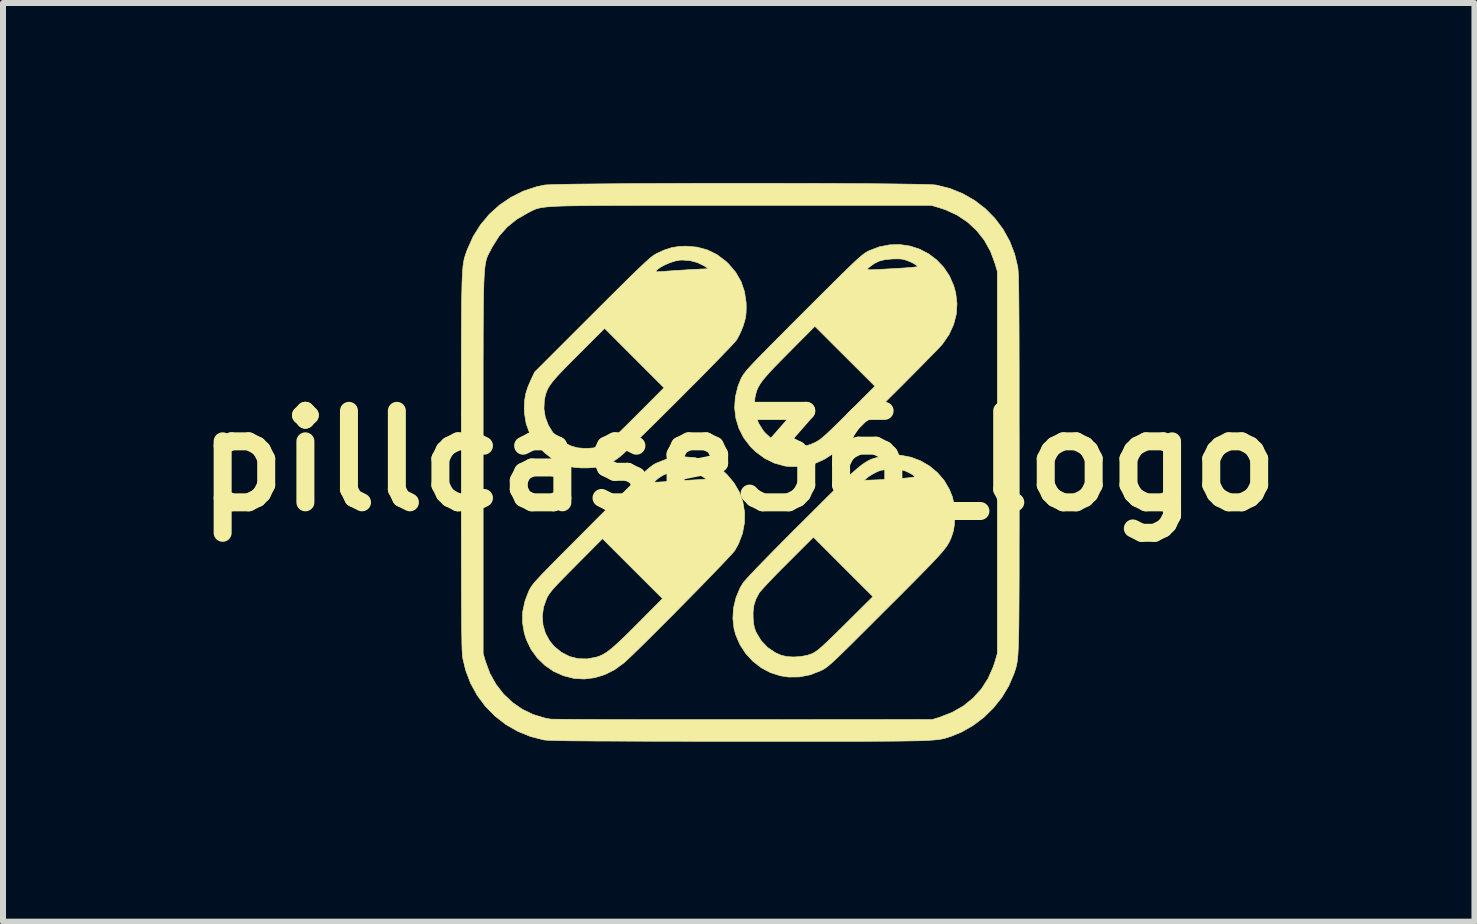
<source format=kicad_pcb>
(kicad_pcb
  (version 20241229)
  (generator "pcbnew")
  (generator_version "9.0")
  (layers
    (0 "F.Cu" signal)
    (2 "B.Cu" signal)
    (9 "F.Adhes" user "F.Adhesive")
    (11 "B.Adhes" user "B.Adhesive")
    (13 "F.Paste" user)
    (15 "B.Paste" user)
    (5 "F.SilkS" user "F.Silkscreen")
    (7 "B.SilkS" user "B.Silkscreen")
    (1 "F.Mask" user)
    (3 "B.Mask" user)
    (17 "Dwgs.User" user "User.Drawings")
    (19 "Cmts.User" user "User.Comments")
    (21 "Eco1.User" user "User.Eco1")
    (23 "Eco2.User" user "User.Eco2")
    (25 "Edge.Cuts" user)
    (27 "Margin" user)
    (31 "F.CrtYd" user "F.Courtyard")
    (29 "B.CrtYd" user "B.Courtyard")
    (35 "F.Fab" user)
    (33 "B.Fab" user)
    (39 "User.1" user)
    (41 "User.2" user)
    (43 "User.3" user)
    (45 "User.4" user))
  (footprint "pillcase36_logo"
    (layer "F.Cu")
    (at 9.26 4.631)
    (property "Reference" "pillcase36_logo" (at 0 0 0) (layer "F.SilkS") (effects (font (size 1.524 1.524) (thickness 0.3))))
    (attr through_hole)
    (fp_poly (pts (xy -0.727 -0.054) (xy -0.555 -0.009) (xy -0.396 0.069) (xy -0.249 0.177) (xy -0.195 0.228) (xy -0.077 0.369) (xy 0.012 0.523) (xy 0.07 0.688) (xy 0.098 0.859) (xy 0.095 1.034) (xy 0.062 1.209) (xy -0.003 1.38) (xy -0.064 1.49) (xy -0.085 1.517) (xy -0.128 1.565) (xy -0.191 1.632) (xy -0.27 1.716) (xy -0.364 1.814) (xy -0.47 1.924) (xy -0.586 2.044) (xy -0.71 2.171) (xy -0.839 2.302) (xy -0.971 2.436) (xy -1.103 2.57) (xy -1.234 2.701) (xy -1.361 2.828) (xy -1.481 2.948) (xy -1.592 3.058) (xy -1.692 3.156) (xy -1.779 3.24) (xy -1.85 3.307) (xy -1.902 3.355) (xy -1.913 3.365) (xy -2.066 3.477) (xy -2.23 3.56) (xy -2.4 3.612) (xy -2.574 3.634) (xy -2.744 3.624) (xy -2.921 3.579) (xy -3.085 3.506) (xy -3.231 3.405) (xy -3.358 3.281) (xy -3.462 3.137) (xy -3.54 2.974) (xy -3.573 2.869) (xy -3.603 2.691) (xy -3.601 2.586) (xy -3.273 2.586) (xy -3.262 2.733) (xy -3.221 2.872) (xy -3.15 3.001) (xy -3.073 3.093) (xy -2.952 3.191) (xy -2.819 3.259) (xy -2.675 3.295) (xy -2.526 3.299) (xy -2.373 3.27) (xy -2.366 3.268) (xy -2.317 3.251) (xy -2.27 3.23) (xy -2.221 3.201) (xy -2.167 3.164) (xy -2.106 3.115) (xy -2.034 3.051) (xy -1.949 2.972) (xy -1.848 2.874) (xy -1.728 2.754) (xy -1.664 2.69) (xy -1.27 2.294) (xy -1.77 1.795) (xy -2.27 1.295) (xy -2.709 1.737) (xy -2.826 1.855) (xy -2.921 1.952) (xy -2.998 2.031) (xy -3.058 2.095) (xy -3.104 2.146) (xy -3.138 2.189) (xy -3.164 2.225) (xy -3.184 2.258) (xy -3.201 2.29) (xy -3.201 2.291) (xy -3.253 2.438) (xy -3.273 2.586) (xy -3.601 2.586) (xy -3.6 2.516) (xy -3.563 2.34) (xy -3.504 2.183) (xy -3.489 2.151) (xy -3.472 2.12) (xy -3.452 2.088) (xy -3.425 2.052) (xy -3.39 2.01) (xy -3.343 1.959) (xy -3.284 1.895) (xy -3.208 1.817) (xy -3.114 1.721) (xy -2.999 1.604) (xy -2.961 1.566) (xy -2.829 1.433) (xy -2.679 1.283) (xy -2.52 1.123) (xy -2.359 0.961) (xy -2.202 0.805) (xy -2.056 0.66) (xy -1.978 0.582) (xy -1.852 0.458) (xy -1.748 0.355) (xy -1.4 0.355) (xy -1.396 0.355) (xy -1.375 0.354) (xy -1.325 0.352) (xy -1.252 0.347) (xy -1.159 0.342) (xy -1.052 0.335) (xy -0.974 0.33) (xy -0.859 0.323) (xy -0.756 0.317) (xy -0.669 0.312) (xy -0.602 0.308) (xy -0.561 0.306) (xy -0.551 0.305) (xy -0.553 0.297) (xy -0.578 0.276) (xy -0.598 0.262) (xy -0.718 0.2) (xy -0.851 0.166) (xy -0.99 0.161) (xy -1.129 0.185) (xy -1.248 0.231) (xy -1.296 0.259) (xy -1.342 0.29) (xy -1.378 0.32) (xy -1.399 0.343) (xy -1.4 0.355) (xy -1.748 0.355) (xy -1.747 0.355) (xy -1.661 0.271) (xy -1.591 0.204) (xy -1.533 0.152) (xy -1.487 0.113) (xy -1.448 0.083) (xy -1.415 0.06) (xy -1.384 0.043) (xy -1.372 0.037) (xy -1.216 -0.025) (xy -1.06 -0.06) (xy -0.912 -0.069) (xy -0.727 -0.054)) (stroke (width 0.01) (type solid)) (fill yes) (layer "F.SilkS"))
    (fp_poly (pts (xy 2.854 -3.581) (xy 3.014 -3.529) (xy 3.163 -3.452) (xy 3.297 -3.351) (xy 3.414 -3.228) (xy 3.51 -3.085) (xy 3.582 -2.922) (xy 3.616 -2.799) (xy 3.637 -2.62) (xy 3.625 -2.443) (xy 3.58 -2.271) (xy 3.504 -2.106) (xy 3.397 -1.95) (xy 3.396 -1.949) (xy 3.368 -1.917) (xy 3.319 -1.865) (xy 3.251 -1.795) (xy 3.166 -1.709) (xy 3.068 -1.608) (xy 2.958 -1.497) (xy 2.839 -1.377) (xy 2.713 -1.25) (xy 2.582 -1.12) (xy 2.45 -0.988) (xy 2.318 -0.856) (xy 2.189 -0.728) (xy 2.065 -0.605) (xy 1.949 -0.49) (xy 1.842 -0.386) (xy 1.748 -0.295) (xy 1.67 -0.218) (xy 1.608 -0.16) (xy 1.566 -0.121) (xy 1.549 -0.107) (xy 1.433 -0.032) (xy 1.299 0.03) (xy 1.22 0.058) (xy 1.128 0.077) (xy 1.019 0.09) (xy 0.906 0.094) (xy 0.805 0.089) (xy 0.768 0.084) (xy 0.594 0.036) (xy 0.432 -0.044) (xy 0.283 -0.154) (xy 0.194 -0.241) (xy 0.083 -0.386) (xy 0.003 -0.544) (xy -0.048 -0.713) (xy -0.068 -0.887) (xy -0.067 -0.904) (xy 0.26 -0.904) (xy 0.281 -0.763) (xy 0.332 -0.627) (xy 0.409 -0.504) (xy 0.443 -0.465) (xy 0.551 -0.365) (xy 0.667 -0.296) (xy 0.795 -0.256) (xy 0.942 -0.241) (xy 0.991 -0.242) (xy 1.073 -0.246) (xy 1.136 -0.256) (xy 1.193 -0.273) (xy 1.258 -0.301) (xy 1.26 -0.302) (xy 1.293 -0.318) (xy 1.325 -0.337) (xy 1.36 -0.361) (xy 1.4 -0.394) (xy 1.449 -0.436) (xy 1.509 -0.492) (xy 1.583 -0.563) (xy 1.674 -0.652) (xy 1.786 -0.763) (xy 1.824 -0.801) (xy 2.27 -1.245) (xy 1.269 -2.244) (xy 0.831 -1.803) (xy 0.705 -1.675) (xy 0.6 -1.568) (xy 0.515 -1.477) (xy 0.447 -1.401) (xy 0.394 -1.336) (xy 0.354 -1.279) (xy 0.324 -1.227) (xy 0.302 -1.176) (xy 0.286 -1.123) (xy 0.273 -1.066) (xy 0.269 -1.043) (xy 0.26 -0.904) (xy -0.067 -0.904) (xy -0.056 -1.065) (xy -0.013 -1.242) (xy 0.037 -1.367) (xy 0.053 -1.398) (xy 0.073 -1.43) (xy 0.098 -1.465) (xy 0.131 -1.507) (xy 0.175 -1.557) (xy 0.232 -1.619) (xy 0.305 -1.695) (xy 0.395 -1.787) (xy 0.506 -1.9) (xy 0.581 -1.976) (xy 0.715 -2.11) (xy 0.865 -2.262) (xy 1.025 -2.422) (xy 1.187 -2.584) (xy 1.345 -2.741) (xy 1.49 -2.885) (xy 1.563 -2.958) (xy 1.689 -3.083) (xy 1.794 -3.185) (xy 1.803 -3.194) (xy 2.143 -3.194) (xy 2.152 -3.188) (xy 2.177 -3.186) (xy 2.223 -3.186) (xy 2.292 -3.189) (xy 2.389 -3.194) (xy 2.515 -3.201) (xy 2.621 -3.207) (xy 2.721 -3.213) (xy 2.808 -3.219) (xy 2.875 -3.224) (xy 2.912 -3.228) (xy 2.988 -3.238) (xy 2.95 -3.269) (xy 2.913 -3.292) (xy 2.857 -3.319) (xy 2.814 -3.336) (xy 2.76 -3.355) (xy 2.708 -3.365) (xy 2.646 -3.368) (xy 2.564 -3.366) (xy 2.557 -3.366) (xy 2.439 -3.355) (xy 2.343 -3.331) (xy 2.26 -3.291) (xy 2.183 -3.235) (xy 2.162 -3.217) (xy 2.148 -3.204) (xy 2.143 -3.194) (xy 1.803 -3.194) (xy 1.88 -3.268) (xy 1.95 -3.335) (xy 2.008 -3.387) (xy 2.054 -3.426) (xy 2.093 -3.456) (xy 2.127 -3.478) (xy 2.158 -3.496) (xy 2.168 -3.501) (xy 2.34 -3.567) (xy 2.514 -3.601) (xy 2.687 -3.605) (xy 2.854 -3.581)) (stroke (width 0.01) (type solid)) (fill yes) (layer "F.SilkS"))
    (fp_poly (pts (xy -0.695 -3.563) (xy -0.522 -3.516) (xy -0.363 -3.438) (xy -0.216 -3.328) (xy -0.17 -3.284) (xy -0.05 -3.143) (xy 0.039 -2.988) (xy 0.096 -2.821) (xy 0.123 -2.64) (xy 0.125 -2.565) (xy 0.123 -2.475) (xy 0.116 -2.404) (xy 0.101 -2.338) (xy 0.077 -2.261) (xy 0.074 -2.251) (xy 0.043 -2.172) (xy 0.005 -2.091) (xy -0.031 -2.025) (xy -0.038 -2.014) (xy -0.06 -1.988) (xy -0.104 -1.939) (xy -0.168 -1.871) (xy -0.25 -1.786) (xy -0.348 -1.684) (xy -0.46 -1.57) (xy -0.584 -1.443) (xy -0.719 -1.307) (xy -0.862 -1.164) (xy -1.01 -1.015) (xy -1.036 -0.989) (xy -1.21 -0.816) (xy -1.362 -0.665) (xy -1.494 -0.535) (xy -1.607 -0.424) (xy -1.703 -0.33) (xy -1.784 -0.251) (xy -1.852 -0.187) (xy -1.908 -0.135) (xy -1.954 -0.094) (xy -1.992 -0.062) (xy -2.024 -0.038) (xy -2.052 -0.019) (xy -2.076 -0.004) (xy -2.091 0.004) (xy -2.166 0.039) (xy -2.247 0.071) (xy -2.314 0.092) (xy -2.404 0.108) (xy -2.512 0.116) (xy -2.626 0.116) (xy -2.733 0.108) (xy -2.821 0.093) (xy -2.823 0.093) (xy -2.971 0.04) (xy -3.105 -0.034) (xy -3.232 -0.135) (xy -3.277 -0.178) (xy -3.397 -0.317) (xy -3.485 -0.464) (xy -3.542 -0.622) (xy -3.57 -0.793) (xy -3.573 -0.87) (xy -3.246 -0.87) (xy -3.224 -0.73) (xy -3.173 -0.596) (xy -3.098 -0.474) (xy -3 -0.371) (xy -2.894 -0.297) (xy -2.788 -0.247) (xy -2.688 -0.219) (xy -2.579 -0.209) (xy -2.509 -0.21) (xy -2.428 -0.216) (xy -2.366 -0.228) (xy -2.306 -0.249) (xy -2.246 -0.277) (xy -2.212 -0.295) (xy -2.178 -0.316) (xy -2.141 -0.343) (xy -2.099 -0.377) (xy -2.048 -0.423) (xy -1.985 -0.481) (xy -1.908 -0.556) (xy -1.814 -0.649) (xy -1.699 -0.764) (xy -1.685 -0.778) (xy -1.245 -1.219) (xy -2.235 -2.21) (xy -2.676 -1.769) (xy -2.803 -1.642) (xy -2.908 -1.535) (xy -2.994 -1.445) (xy -3.062 -1.369) (xy -3.115 -1.305) (xy -3.155 -1.248) (xy -3.185 -1.196) (xy -3.206 -1.146) (xy -3.222 -1.094) (xy -3.234 -1.038) (xy -3.239 -1.011) (xy -3.246 -0.87) (xy -3.573 -0.87) (xy -3.573 -0.878) (xy -3.568 -1.005) (xy -3.55 -1.116) (xy -3.516 -1.225) (xy -3.468 -1.338) (xy -3.4 -1.482) (xy -2.441 -2.44) (xy -2.265 -2.616) (xy -2.111 -2.769) (xy -1.978 -2.901) (xy -1.863 -3.015) (xy -1.765 -3.111) (xy -1.71 -3.164) (xy -1.379 -3.164) (xy -1.379 -3.155) (xy -1.36 -3.152) (xy -1.316 -3.154) (xy -1.269 -3.157) (xy -1.207 -3.162) (xy -1.12 -3.168) (xy -1.019 -3.175) (xy -0.914 -3.181) (xy -0.872 -3.184) (xy -0.776 -3.19) (xy -0.688 -3.194) (xy -0.616 -3.198) (xy -0.566 -3.2) (xy -0.551 -3.201) (xy -0.5 -3.201) (xy -0.576 -3.251) (xy -0.686 -3.305) (xy -0.813 -3.339) (xy -0.943 -3.348) (xy -0.982 -3.346) (xy -1.058 -3.332) (xy -1.144 -3.304) (xy -1.229 -3.268) (xy -1.304 -3.228) (xy -1.358 -3.188) (xy -1.366 -3.181) (xy -1.379 -3.164) (xy -1.71 -3.164) (xy -1.682 -3.191) (xy -1.613 -3.257) (xy -1.556 -3.311) (xy -1.508 -3.353) (xy -1.469 -3.387) (xy -1.437 -3.412) (xy -1.409 -3.432) (xy -1.384 -3.447) (xy -1.363 -3.459) (xy -1.234 -3.517) (xy -1.115 -3.555) (xy -0.993 -3.574) (xy -0.881 -3.579) (xy -0.695 -3.563)) (stroke (width 0.01) (type solid)) (fill yes) (layer "F.SilkS"))
    (fp_poly (pts (xy 2.705 -0.094) (xy 2.874 -0.061) (xy 3.034 0.000411) (xy 3.182 0.087) (xy 3.313 0.197) (xy 3.425 0.328) (xy 3.513 0.479) (xy 3.561 0.6) (xy 3.583 0.7) (xy 3.597 0.816) (xy 3.6 0.939) (xy 3.594 1.058) (xy 3.578 1.16) (xy 3.566 1.202) (xy 3.552 1.245) (xy 3.538 1.284) (xy 3.522 1.321) (xy 3.504 1.358) (xy 3.482 1.396) (xy 3.454 1.437) (xy 3.418 1.483) (xy 3.373 1.537) (xy 3.317 1.599) (xy 3.249 1.672) (xy 3.167 1.758) (xy 3.069 1.858) (xy 2.954 1.975) (xy 2.82 2.11) (xy 2.666 2.265) (xy 2.489 2.441) (xy 2.465 2.465) (xy 2.29 2.64) (xy 2.137 2.793) (xy 2.004 2.925) (xy 1.89 3.039) (xy 1.793 3.134) (xy 1.711 3.214) (xy 1.643 3.28) (xy 1.586 3.333) (xy 1.539 3.376) (xy 1.5 3.409) (xy 1.468 3.435) (xy 1.44 3.455) (xy 1.415 3.47) (xy 1.392 3.483) (xy 1.369 3.494) (xy 1.191 3.564) (xy 1.011 3.599) (xy 0.829 3.601) (xy 0.694 3.58) (xy 0.529 3.528) (xy 0.375 3.446) (xy 0.237 3.339) (xy 0.118 3.21) (xy 0.021 3.062) (xy -0.049 2.901) (xy -0.078 2.794) (xy -0.097 2.624) (xy -0.091 2.526) (xy 0.239 2.526) (xy 0.24 2.614) (xy 0.247 2.702) (xy 0.259 2.77) (xy 0.278 2.829) (xy 0.293 2.862) (xy 0.375 2.997) (xy 0.482 3.109) (xy 0.609 3.195) (xy 0.7 3.236) (xy 0.797 3.26) (xy 0.911 3.267) (xy 1.031 3.26) (xy 1.144 3.239) (xy 1.228 3.21) (xy 1.258 3.193) (xy 1.292 3.171) (xy 1.332 3.141) (xy 1.38 3.1) (xy 1.439 3.046) (xy 1.513 2.976) (xy 1.604 2.888) (xy 1.714 2.78) (xy 1.783 2.711) (xy 2.236 2.261) (xy 1.74 1.766) (xy 1.245 1.27) (xy 0.817 1.698) (xy 0.715 1.8) (xy 0.619 1.897) (xy 0.533 1.987) (xy 0.458 2.066) (xy 0.399 2.131) (xy 0.358 2.178) (xy 0.34 2.201) (xy 0.285 2.304) (xy 0.252 2.409) (xy 0.239 2.526) (xy -0.091 2.526) (xy -0.086 2.449) (xy -0.045 2.278) (xy 0.023 2.116) (xy 0.067 2.042) (xy 0.094 2.007) (xy 0.145 1.95) (xy 0.219 1.87) (xy 0.316 1.768) (xy 0.435 1.646) (xy 0.576 1.502) (xy 0.737 1.339) (xy 0.919 1.156) (xy 1.062 1.014) (xy 1.242 0.835) (xy 1.399 0.678) (xy 1.536 0.542) (xy 1.655 0.425) (xy 1.758 0.326) (xy 1.764 0.321) (xy 2.091 0.321) (xy 2.184 0.32) (xy 2.231 0.318) (xy 2.304 0.315) (xy 2.397 0.311) (xy 2.501 0.305) (xy 2.604 0.299) (xy 2.71 0.292) (xy 2.801 0.284) (xy 2.872 0.276) (xy 2.918 0.269) (xy 2.934 0.262) (xy 2.922 0.247) (xy 2.887 0.223) (xy 2.836 0.195) (xy 2.787 0.172) (xy 2.745 0.157) (xy 2.699 0.148) (xy 2.64 0.145) (xy 2.558 0.144) (xy 2.557 0.144) (xy 2.473 0.145) (xy 2.413 0.149) (xy 2.367 0.157) (xy 2.325 0.172) (xy 2.286 0.19) (xy 2.226 0.223) (xy 2.169 0.258) (xy 2.142 0.278) (xy 2.091 0.321) (xy 1.764 0.321) (xy 1.846 0.242) (xy 1.922 0.173) (xy 1.987 0.117) (xy 2.044 0.071) (xy 2.093 0.036) (xy 2.138 0.008) (xy 2.179 -0.014) (xy 2.22 -0.031) (xy 2.262 -0.045) (xy 2.306 -0.057) (xy 2.354 -0.07) (xy 2.355 -0.07) (xy 2.531 -0.098) (xy 2.705 -0.094)) (stroke (width 0.01) (type solid)) (fill yes) (layer "F.SilkS"))
    (fp_poly (pts (xy 0.284 -4.626) (xy 0.575 -4.626) (xy 0.862 -4.625) (xy 1.144 -4.625) (xy 1.417 -4.624) (xy 1.68 -4.623) (xy 1.931 -4.621) (xy 2.167 -4.62) (xy 2.387 -4.618) (xy 2.588 -4.616) (xy 2.768 -4.613) (xy 2.925 -4.611) (xy 3.057 -4.608) (xy 3.163 -4.605) (xy 3.239 -4.602) (xy 3.284 -4.598) (xy 3.289 -4.598) (xy 3.517 -4.541) (xy 3.731 -4.455) (xy 3.929 -4.342) (xy 4.109 -4.204) (xy 4.268 -4.043) (xy 4.404 -3.862) (xy 4.515 -3.662) (xy 4.598 -3.447) (xy 4.648 -3.239) (xy 4.652 -3.217) (xy 4.654 -3.189) (xy 4.657 -3.153) (xy 4.659 -3.108) (xy 4.662 -3.051) (xy 4.663 -2.983) (xy 4.665 -2.901) (xy 4.667 -2.803) (xy 4.668 -2.689) (xy 4.669 -2.557) (xy 4.67 -2.405) (xy 4.671 -2.232) (xy 4.672 -2.036) (xy 4.672 -1.817) (xy 4.673 -1.572) (xy 4.673 -1.301) (xy 4.673 -1.001) (xy 4.673 -0.672) (xy 4.674 -0.311) (xy 4.674 0.025) (xy 4.674 0.415) (xy 4.674 0.773) (xy 4.674 1.1) (xy 4.673 1.398) (xy 4.673 1.667) (xy 4.673 1.911) (xy 4.672 2.13) (xy 4.671 2.325) (xy 4.67 2.499) (xy 4.669 2.652) (xy 4.667 2.787) (xy 4.665 2.904) (xy 4.662 3.006) (xy 4.659 3.093) (xy 4.656 3.168) (xy 4.652 3.231) (xy 4.647 3.285) (xy 4.642 3.331) (xy 4.636 3.37) (xy 4.629 3.404) (xy 4.622 3.434) (xy 4.614 3.463) (xy 4.605 3.49) (xy 4.595 3.519) (xy 4.587 3.544) (xy 4.501 3.746) (xy 4.386 3.938) (xy 4.245 4.115) (xy 4.083 4.274) (xy 3.902 4.41) (xy 3.708 4.52) (xy 3.544 4.587) (xy 3.513 4.597) (xy 3.485 4.607) (xy 3.458 4.615) (xy 3.429 4.623) (xy 3.398 4.63) (xy 3.364 4.637) (xy 3.324 4.643) (xy 3.277 4.648) (xy 3.221 4.652) (xy 3.156 4.656) (xy 3.079 4.66) (xy 2.99 4.663) (xy 2.886 4.665) (xy 2.765 4.667) (xy 2.628 4.669) (xy 2.472 4.67) (xy 2.295 4.671) (xy 2.096 4.672) (xy 1.873 4.672) (xy 1.626 4.672) (xy 1.352 4.673) (xy 1.05 4.673) (xy 0.719 4.672) (xy 0.356 4.672) (xy 0.01 4.672) (xy -0.388 4.672) (xy -0.755 4.672) (xy -1.09 4.671) (xy -1.395 4.671) (xy -1.672 4.67) (xy -1.921 4.669) (xy -2.144 4.668) (xy -2.342 4.668) (xy -2.517 4.666) (xy -2.669 4.665) (xy -2.801 4.664) (xy -2.913 4.662) (xy -3.006 4.66) (xy -3.083 4.658) (xy -3.144 4.656) (xy -3.191 4.654) (xy -3.224 4.651) (xy -3.246 4.649) (xy -3.246 4.649) (xy -3.473 4.591) (xy -3.687 4.503) (xy -3.885 4.389) (xy -4.064 4.249) (xy -4.223 4.087) (xy -4.358 3.905) (xy -4.468 3.705) (xy -4.55 3.489) (xy -4.598 3.289) (xy -4.601 3.268) (xy -4.604 3.24) (xy -4.606 3.204) (xy -4.609 3.158) (xy -4.611 3.102) (xy -4.613 3.034) (xy -4.614 2.951) (xy -4.616 2.854) (xy -4.617 2.74) (xy -4.618 2.607) (xy -4.619 2.455) (xy -4.62 2.283) (xy -4.621 2.087) (xy -4.621 1.868) (xy -4.622 1.623) (xy -4.622 1.352) (xy -4.623 1.052) (xy -4.623 0.723) (xy -4.623 0.362) (xy -4.623 0.027) (xy -4.623 -0.363) (xy -4.623 -0.722) (xy -4.623 -1.049) (xy -4.623 -1.1) (xy -4.259 -1.1) (xy -4.259 -0.776) (xy -4.259 -0.421) (xy -4.259 -0.034) (xy -4.259 0.042) (xy -4.259 3.209) (xy -4.22 3.343) (xy -4.146 3.542) (xy -4.044 3.724) (xy -3.919 3.885) (xy -3.772 4.024) (xy -3.605 4.139) (xy -3.422 4.227) (xy -3.225 4.286) (xy -3.142 4.301) (xy -3.116 4.303) (xy -3.058 4.304) (xy -2.97 4.305) (xy -2.853 4.306) (xy -2.71 4.307) (xy -2.541 4.308) (xy -2.348 4.309) (xy -2.134 4.31) (xy -1.899 4.31) (xy -1.647 4.311) (xy -1.377 4.311) (xy -1.093 4.312) (xy -0.796 4.312) (xy -0.487 4.312) (xy -0.168 4.312) (xy 0.085 4.312) (xy 3.226 4.309) (xy 3.35 4.271) (xy 3.557 4.19) (xy 3.742 4.085) (xy 3.904 3.954) (xy 4.043 3.801) (xy 4.156 3.625) (xy 4.243 3.428) (xy 4.271 3.341) (xy 4.31 3.209) (xy 4.31 -3.158) (xy 4.271 -3.29) (xy 4.196 -3.493) (xy 4.093 -3.678) (xy 3.964 -3.841) (xy 3.813 -3.981) (xy 3.639 -4.097) (xy 3.446 -4.186) (xy 3.343 -4.22) (xy 3.209 -4.259) (xy 0.042 -4.259) (xy -0.35 -4.259) (xy -0.711 -4.259) (xy -1.04 -4.259) (xy -1.34 -4.259) (xy -1.613 -4.259) (xy -1.858 -4.258) (xy -2.079 -4.258) (xy -2.276 -4.257) (xy -2.452 -4.256) (xy -2.607 -4.254) (xy -2.743 -4.252) (xy -2.861 -4.25) (xy -2.964 -4.247) (xy -3.051 -4.243) (xy -3.126 -4.239) (xy -3.19 -4.234) (xy -3.243 -4.228) (xy -3.287 -4.222) (xy -3.325 -4.214) (xy -3.357 -4.206) (xy -3.385 -4.197) (xy -3.41 -4.186) (xy -3.434 -4.175) (xy -3.459 -4.163) (xy -3.485 -4.149) (xy -3.515 -4.134) (xy -3.516 -4.133) (xy -3.7 -4.027) (xy -3.859 -3.898) (xy -3.994 -3.746) (xy -4.106 -3.569) (xy -4.123 -3.536) (xy -4.139 -3.505) (xy -4.154 -3.477) (xy -4.167 -3.452) (xy -4.18 -3.427) (xy -4.191 -3.401) (xy -4.201 -3.373) (xy -4.21 -3.341) (xy -4.218 -3.304) (xy -4.225 -3.26) (xy -4.232 -3.208) (xy -4.237 -3.146) (xy -4.242 -3.073) (xy -4.246 -2.987) (xy -4.249 -2.887) (xy -4.252 -2.771) (xy -4.254 -2.638) (xy -4.256 -2.487) (xy -4.257 -2.315) (xy -4.258 -2.121) (xy -4.258 -1.904) (xy -4.259 -1.663) (xy -4.259 -1.395) (xy -4.259 -1.1) (xy -4.623 -1.1) (xy -4.623 -1.348) (xy -4.622 -1.618) (xy -4.622 -1.862) (xy -4.621 -2.082) (xy -4.62 -2.278) (xy -4.619 -2.452) (xy -4.618 -2.607) (xy -4.616 -2.742) (xy -4.613 -2.86) (xy -4.611 -2.963) (xy -4.607 -3.051) (xy -4.603 -3.126) (xy -4.599 -3.191) (xy -4.594 -3.246) (xy -4.588 -3.292) (xy -4.581 -3.332) (xy -4.574 -3.367) (xy -4.565 -3.399) (xy -4.556 -3.428) (xy -4.546 -3.457) (xy -4.536 -3.486) (xy -4.524 -3.518) (xy -4.521 -3.526) (xy -4.425 -3.74) (xy -4.302 -3.935) (xy -4.155 -4.111) (xy -3.985 -4.264) (xy -3.795 -4.393) (xy -3.589 -4.496) (xy -3.368 -4.569) (xy -3.24 -4.597) (xy -3.203 -4.6) (xy -3.134 -4.603) (xy -3.035 -4.606) (xy -2.909 -4.609) (xy -2.757 -4.612) (xy -2.582 -4.614) (xy -2.386 -4.616) (xy -2.171 -4.618) (xy -1.938 -4.62) (xy -1.691 -4.622) (xy -1.43 -4.623) (xy -1.159 -4.624) (xy -0.88 -4.625) (xy -0.593 -4.626) (xy -0.303 -4.626) (xy -0.01 -4.626) (xy 0.284 -4.626)) (stroke (width 0.01) (type solid)) (fill yes) (layer "F.SilkS")))
  (gr_rect
    (start -3 -3)
    (end 21.52 12.309)
    (stroke (width 0.1) (type default))
    (fill no)
    (layer "Edge.Cuts")))
</source>
